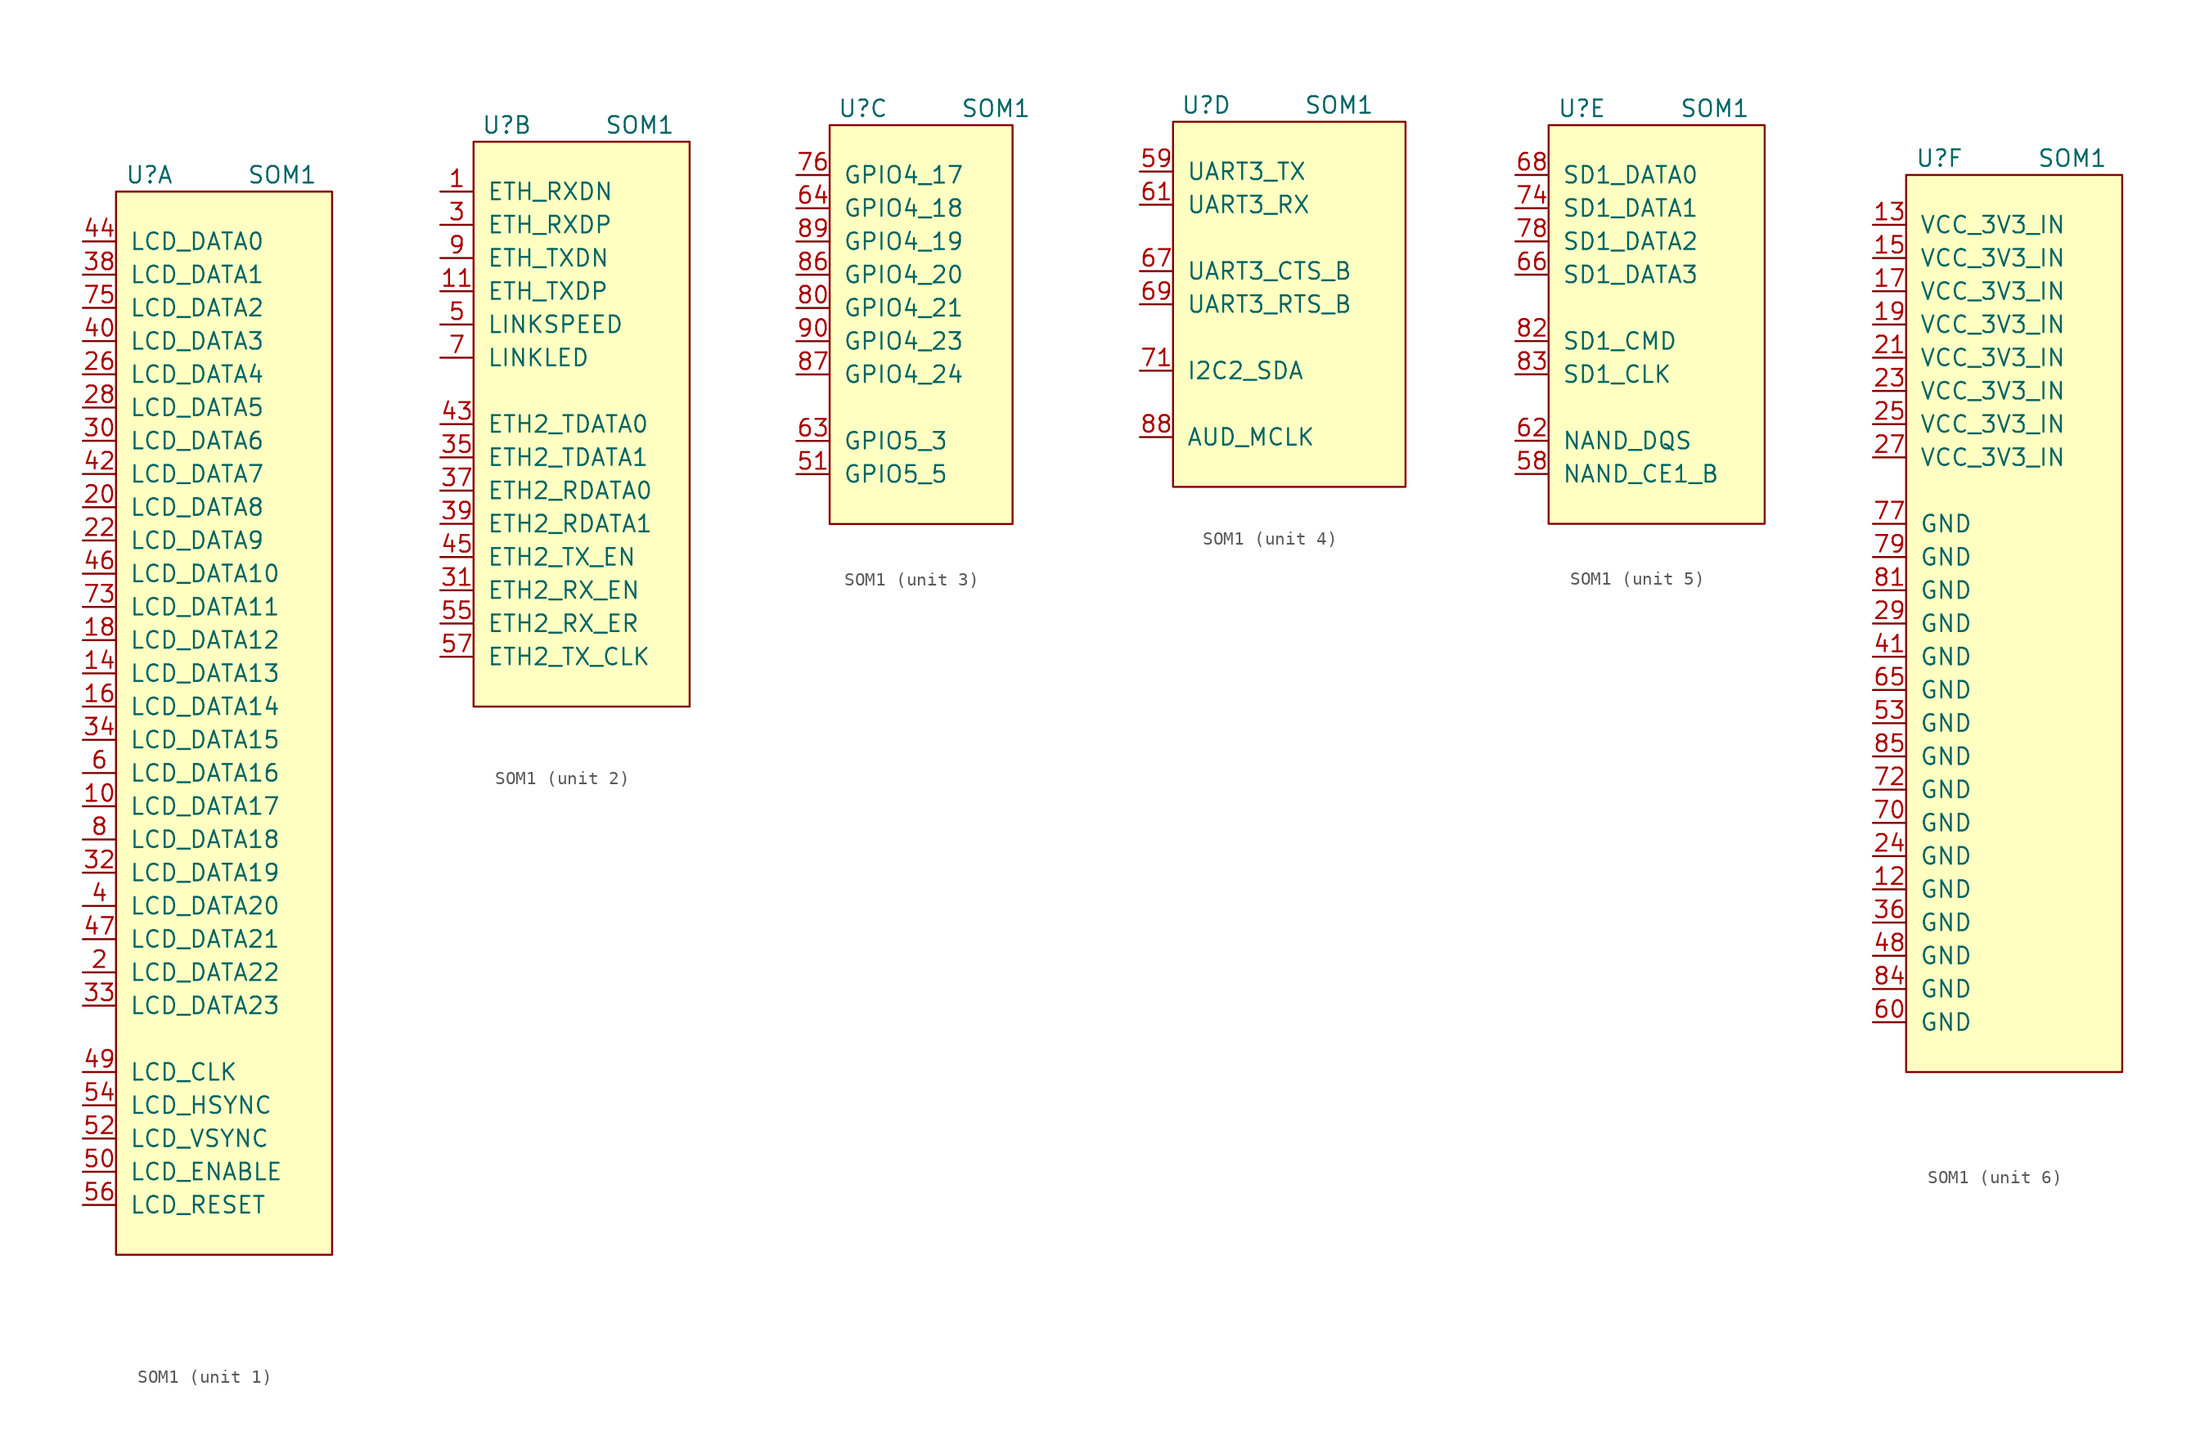
<source format=kicad_sym>
(kicad_symbol_lib
  (version 20211014)
  (generator kicad_symbol_editor)
  (symbol "SOM1"
    (pin_names
      (offset 1.016))
    (property "Reference" "U"
      (at 2.54 1.27 0)
      (effects (font (size 1.27 1.27))))
    (property "Value" "SOM1"
      (at 12.7 1.27 0)
      (effects (font (size 1.27 1.27))))
    (property "ki_locked" ""
      (at 0 0 0)
      (effects (font (size 1.27 1.27))))
    (symbol "SOM1_1_0"
      (rectangle (start 0 0) (end 16.51 -81.28) (stroke (width 0) (type default) (color 0 0 0 0)) (fill (type background))))
    (symbol "SOM1_1_1"
      (pin input line (at -2.54 -46.99 0) (length 2.54) (name "LCD_DATA17" (effects (font (size 1.27 1.27)))) (number "10" (effects (font (size 1.27 1.27)))))
      (pin input line (at -2.54 -36.83 0) (length 2.54) (name "LCD_DATA13" (effects (font (size 1.27 1.27)))) (number "14" (effects (font (size 1.27 1.27)))))
      (pin input line (at -2.54 -39.37 0) (length 2.54) (name "LCD_DATA14" (effects (font (size 1.27 1.27)))) (number "16" (effects (font (size 1.27 1.27)))))
      (pin input line (at -2.54 -34.29 0) (length 2.54) (name "LCD_DATA12" (effects (font (size 1.27 1.27)))) (number "18" (effects (font (size 1.27 1.27)))))
      (pin input line (at -2.54 -59.69 0) (length 2.54) (name "LCD_DATA22" (effects (font (size 1.27 1.27)))) (number "2" (effects (font (size 1.27 1.27)))))
      (pin input line (at -2.54 -24.13 0) (length 2.54) (name "LCD_DATA8" (effects (font (size 1.27 1.27)))) (number "20" (effects (font (size 1.27 1.27)))))
      (pin input line (at -2.54 -26.67 0) (length 2.54) (name "LCD_DATA9" (effects (font (size 1.27 1.27)))) (number "22" (effects (font (size 1.27 1.27)))))
      (pin input line (at -2.54 -13.97 0) (length 2.54) (name "LCD_DATA4" (effects (font (size 1.27 1.27)))) (number "26" (effects (font (size 1.27 1.27)))))
      (pin input line (at -2.54 -16.51 0) (length 2.54) (name "LCD_DATA5" (effects (font (size 1.27 1.27)))) (number "28" (effects (font (size 1.27 1.27)))))
      (pin input line (at -2.54 -19.05 0) (length 2.54) (name "LCD_DATA6" (effects (font (size 1.27 1.27)))) (number "30" (effects (font (size 1.27 1.27)))))
      (pin input line (at -2.54 -52.07 0) (length 2.54) (name "LCD_DATA19" (effects (font (size 1.27 1.27)))) (number "32" (effects (font (size 1.27 1.27)))))
      (pin input line (at -2.54 -62.23 0) (length 2.54) (name "LCD_DATA23" (effects (font (size 1.27 1.27)))) (number "33" (effects (font (size 1.27 1.27)))))
      (pin input line (at -2.54 -41.91 0) (length 2.54) (name "LCD_DATA15" (effects (font (size 1.27 1.27)))) (number "34" (effects (font (size 1.27 1.27)))))
      (pin input line (at -2.54 -6.35 0) (length 2.54) (name "LCD_DATA1" (effects (font (size 1.27 1.27)))) (number "38" (effects (font (size 1.27 1.27)))))
      (pin input line (at -2.54 -54.61 0) (length 2.54) (name "LCD_DATA20" (effects (font (size 1.27 1.27)))) (number "4" (effects (font (size 1.27 1.27)))))
      (pin input line (at -2.54 -11.43 0) (length 2.54) (name "LCD_DATA3" (effects (font (size 1.27 1.27)))) (number "40" (effects (font (size 1.27 1.27)))))
      (pin input line (at -2.54 -21.59 0) (length 2.54) (name "LCD_DATA7" (effects (font (size 1.27 1.27)))) (number "42" (effects (font (size 1.27 1.27)))))
      (pin input line (at -2.54 -3.81 0) (length 2.54) (name "LCD_DATA0" (effects (font (size 1.27 1.27)))) (number "44" (effects (font (size 1.27 1.27)))))
      (pin input line (at -2.54 -29.21 0) (length 2.54) (name "LCD_DATA10" (effects (font (size 1.27 1.27)))) (number "46" (effects (font (size 1.27 1.27)))))
      (pin input line (at -2.54 -57.15 0) (length 2.54) (name "LCD_DATA21" (effects (font (size 1.27 1.27)))) (number "47" (effects (font (size 1.27 1.27)))))
      (pin input line (at -2.54 -67.31 0) (length 2.54) (name "LCD_CLK" (effects (font (size 1.27 1.27)))) (number "49" (effects (font (size 1.27 1.27)))))
      (pin input line (at -2.54 -74.93 0) (length 2.54) (name "LCD_ENABLE" (effects (font (size 1.27 1.27)))) (number "50" (effects (font (size 1.27 1.27)))))
      (pin input line (at -2.54 -72.39 0) (length 2.54) (name "LCD_VSYNC" (effects (font (size 1.27 1.27)))) (number "52" (effects (font (size 1.27 1.27)))))
      (pin input line (at -2.54 -69.85 0) (length 2.54) (name "LCD_HSYNC" (effects (font (size 1.27 1.27)))) (number "54" (effects (font (size 1.27 1.27)))))
      (pin input line (at -2.54 -77.47 0) (length 2.54) (name "LCD_RESET" (effects (font (size 1.27 1.27)))) (number "56" (effects (font (size 1.27 1.27)))))
      (pin input line (at -2.54 -44.45 0) (length 2.54) (name "LCD_DATA16" (effects (font (size 1.27 1.27)))) (number "6" (effects (font (size 1.27 1.27)))))
      (pin input line (at -2.54 -31.75 0) (length 2.54) (name "LCD_DATA11" (effects (font (size 1.27 1.27)))) (number "73" (effects (font (size 1.27 1.27)))))
      (pin input line (at -2.54 -8.89 0) (length 2.54) (name "LCD_DATA2" (effects (font (size 1.27 1.27)))) (number "75" (effects (font (size 1.27 1.27)))))
      (pin input line (at -2.54 -49.53 0) (length 2.54) (name "LCD_DATA18" (effects (font (size 1.27 1.27)))) (number "8" (effects (font (size 1.27 1.27))))))
    (symbol "SOM1_2_0"
      (rectangle (start 0 0) (end 16.51 -43.18) (stroke (width 0) (type default) (color 0 0 0 0)) (fill (type background))))
    (symbol "SOM1_2_1"
      (pin input line (at -2.54 -3.81 0) (length 2.54) (name "ETH_RXDN" (effects (font (size 1.27 1.27)))) (number "1" (effects (font (size 1.27 1.27)))))
      (pin input line (at -2.54 -11.43 0) (length 2.54) (name "ETH_TXDP" (effects (font (size 1.27 1.27)))) (number "11" (effects (font (size 1.27 1.27)))))
      (pin input line (at -2.54 -6.35 0) (length 2.54) (name "ETH_RXDP" (effects (font (size 1.27 1.27)))) (number "3" (effects (font (size 1.27 1.27)))))
      (pin input line (at -2.54 -34.29 0) (length 2.54) (name "ETH2_RX_EN" (effects (font (size 1.27 1.27)))) (number "31" (effects (font (size 1.27 1.27)))))
      (pin input line (at -2.54 -24.13 0) (length 2.54) (name "ETH2_TDATA1" (effects (font (size 1.27 1.27)))) (number "35" (effects (font (size 1.27 1.27)))))
      (pin input line (at -2.54 -26.67 0) (length 2.54) (name "ETH2_RDATA0" (effects (font (size 1.27 1.27)))) (number "37" (effects (font (size 1.27 1.27)))))
      (pin input line (at -2.54 -29.21 0) (length 2.54) (name "ETH2_RDATA1" (effects (font (size 1.27 1.27)))) (number "39" (effects (font (size 1.27 1.27)))))
      (pin input line (at -2.54 -21.59 0) (length 2.54) (name "ETH2_TDATA0" (effects (font (size 1.27 1.27)))) (number "43" (effects (font (size 1.27 1.27)))))
      (pin input line (at -2.54 -31.75 0) (length 2.54) (name "ETH2_TX_EN" (effects (font (size 1.27 1.27)))) (number "45" (effects (font (size 1.27 1.27)))))
      (pin input line (at -2.54 -13.97 0) (length 2.54) (name "LINKSPEED" (effects (font (size 1.27 1.27)))) (number "5" (effects (font (size 1.27 1.27)))))
      (pin input line (at -2.54 -36.83 0) (length 2.54) (name "ETH2_RX_ER" (effects (font (size 1.27 1.27)))) (number "55" (effects (font (size 1.27 1.27)))))
      (pin input line (at -2.54 -39.37 0) (length 2.54) (name "ETH2_TX_CLK" (effects (font (size 1.27 1.27)))) (number "57" (effects (font (size 1.27 1.27)))))
      (pin input line (at -2.54 -16.51 0) (length 2.54) (name "LINKLED" (effects (font (size 1.27 1.27)))) (number "7" (effects (font (size 1.27 1.27)))))
      (pin input line (at -2.54 -8.89 0) (length 2.54) (name "ETH_TXDN" (effects (font (size 1.27 1.27)))) (number "9" (effects (font (size 1.27 1.27))))))
    (symbol "SOM1_3_0"
      (rectangle (start 0 0) (end 13.97 -30.48) (stroke (width 0) (type default) (color 0 0 0 0)) (fill (type background))))
    (symbol "SOM1_3_1"
      (pin input line (at -2.54 -26.67 0) (length 2.54) (name "GPIO5_5" (effects (font (size 1.27 1.27)))) (number "51" (effects (font (size 1.27 1.27)))))
      (pin input line (at -2.54 -24.13 0) (length 2.54) (name "GPIO5_3" (effects (font (size 1.27 1.27)))) (number "63" (effects (font (size 1.27 1.27)))))
      (pin input line (at -2.54 -6.35 0) (length 2.54) (name "GPIO4_18" (effects (font (size 1.27 1.27)))) (number "64" (effects (font (size 1.27 1.27)))))
      (pin input line (at -2.54 -3.81 0) (length 2.54) (name "GPIO4_17" (effects (font (size 1.27 1.27)))) (number "76" (effects (font (size 1.27 1.27)))))
      (pin input line (at -2.54 -13.97 0) (length 2.54) (name "GPIO4_21" (effects (font (size 1.27 1.27)))) (number "80" (effects (font (size 1.27 1.27)))))
      (pin input line (at -2.54 -11.43 0) (length 2.54) (name "GPIO4_20" (effects (font (size 1.27 1.27)))) (number "86" (effects (font (size 1.27 1.27)))))
      (pin input line (at -2.54 -19.05 0) (length 2.54) (name "GPIO4_24" (effects (font (size 1.27 1.27)))) (number "87" (effects (font (size 1.27 1.27)))))
      (pin input line (at -2.54 -8.89 0) (length 2.54) (name "GPIO4_19" (effects (font (size 1.27 1.27)))) (number "89" (effects (font (size 1.27 1.27)))))
      (pin input line (at -2.54 -16.51 0) (length 2.54) (name "GPIO4_23" (effects (font (size 1.27 1.27)))) (number "90" (effects (font (size 1.27 1.27))))))
    (symbol "SOM1_4_0"
      (rectangle (start 0 0) (end 17.78 -27.94) (stroke (width 0) (type default) (color 0 0 0 0)) (fill (type background))))
    (symbol "SOM1_4_1"
      (pin input line (at -2.54 -3.81 0) (length 2.54) (name "UART3_TX" (effects (font (size 1.27 1.27)))) (number "59" (effects (font (size 1.27 1.27)))))
      (pin input line (at -2.54 -6.35 0) (length 2.54) (name "UART3_RX" (effects (font (size 1.27 1.27)))) (number "61" (effects (font (size 1.27 1.27)))))
      (pin input line (at -2.54 -11.43 0) (length 2.54) (name "UART3_CTS_B" (effects (font (size 1.27 1.27)))) (number "67" (effects (font (size 1.27 1.27)))))
      (pin input line (at -2.54 -13.97 0) (length 2.54) (name "UART3_RTS_B" (effects (font (size 1.27 1.27)))) (number "69" (effects (font (size 1.27 1.27)))))
      (pin input line (at -2.54 -19.05 0) (length 2.54) (name "I2C2_SDA" (effects (font (size 1.27 1.27)))) (number "71" (effects (font (size 1.27 1.27)))))
      (pin input line (at -2.54 -24.13 0) (length 2.54) (name "AUD_MCLK" (effects (font (size 1.27 1.27)))) (number "88" (effects (font (size 1.27 1.27))))))
    (symbol "SOM1_5_0"
      (rectangle (start 0 0) (end 16.51 -30.48) (stroke (width 0) (type default) (color 0 0 0 0)) (fill (type background))))
    (symbol "SOM1_5_1"
      (pin input line (at -2.54 -26.67 0) (length 2.54) (name "NAND_CE1_B" (effects (font (size 1.27 1.27)))) (number "58" (effects (font (size 1.27 1.27)))))
      (pin input line (at -2.54 -24.13 0) (length 2.54) (name "NAND_DQS" (effects (font (size 1.27 1.27)))) (number "62" (effects (font (size 1.27 1.27)))))
      (pin input line (at -2.54 -11.43 0) (length 2.54) (name "SD1_DATA3" (effects (font (size 1.27 1.27)))) (number "66" (effects (font (size 1.27 1.27)))))
      (pin input line (at -2.54 -3.81 0) (length 2.54) (name "SD1_DATA0" (effects (font (size 1.27 1.27)))) (number "68" (effects (font (size 1.27 1.27)))))
      (pin input line (at -2.54 -6.35 0) (length 2.54) (name "SD1_DATA1" (effects (font (size 1.27 1.27)))) (number "74" (effects (font (size 1.27 1.27)))))
      (pin input line (at -2.54 -8.89 0) (length 2.54) (name "SD1_DATA2" (effects (font (size 1.27 1.27)))) (number "78" (effects (font (size 1.27 1.27)))))
      (pin input line (at -2.54 -16.51 0) (length 2.54) (name "SD1_CMD" (effects (font (size 1.27 1.27)))) (number "82" (effects (font (size 1.27 1.27)))))
      (pin input line (at -2.54 -19.05 0) (length 2.54) (name "SD1_CLK" (effects (font (size 1.27 1.27)))) (number "83" (effects (font (size 1.27 1.27))))))
    (symbol "SOM1_6_0"
      (rectangle (start 0 0) (end 16.51 -68.58) (stroke (width 0) (type default) (color 0 0 0 0)) (fill (type background))))
    (symbol "SOM1_6_1"
      (pin power_in line (at -2.54 -54.61 0) (length 2.54) (name "GND" (effects (font (size 1.27 1.27)))) (number "12" (effects (font (size 1.27 1.27)))))
      (pin power_in line (at -2.54 -3.81 0) (length 2.54) (name "VCC_3V3_IN" (effects (font (size 1.27 1.27)))) (number "13" (effects (font (size 1.27 1.27)))))
      (pin power_in line (at -2.54 -6.35 0) (length 2.54) (name "VCC_3V3_IN" (effects (font (size 1.27 1.27)))) (number "15" (effects (font (size 1.27 1.27)))))
      (pin power_in line (at -2.54 -8.89 0) (length 2.54) (name "VCC_3V3_IN" (effects (font (size 1.27 1.27)))) (number "17" (effects (font (size 1.27 1.27)))))
      (pin power_in line (at -2.54 -11.43 0) (length 2.54) (name "VCC_3V3_IN" (effects (font (size 1.27 1.27)))) (number "19" (effects (font (size 1.27 1.27)))))
      (pin power_in line (at -2.54 -13.97 0) (length 2.54) (name "VCC_3V3_IN" (effects (font (size 1.27 1.27)))) (number "21" (effects (font (size 1.27 1.27)))))
      (pin power_in line (at -2.54 -16.51 0) (length 2.54) (name "VCC_3V3_IN" (effects (font (size 1.27 1.27)))) (number "23" (effects (font (size 1.27 1.27)))))
      (pin power_in line (at -2.54 -52.07 0) (length 2.54) (name "GND" (effects (font (size 1.27 1.27)))) (number "24" (effects (font (size 1.27 1.27)))))
      (pin power_in line (at -2.54 -19.05 0) (length 2.54) (name "VCC_3V3_IN" (effects (font (size 1.27 1.27)))) (number "25" (effects (font (size 1.27 1.27)))))
      (pin power_in line (at -2.54 -21.59 0) (length 2.54) (name "VCC_3V3_IN" (effects (font (size 1.27 1.27)))) (number "27" (effects (font (size 1.27 1.27)))))
      (pin power_in line (at -2.54 -34.29 0) (length 2.54) (name "GND" (effects (font (size 1.27 1.27)))) (number "29" (effects (font (size 1.27 1.27)))))
      (pin power_in line (at -2.54 -57.15 0) (length 2.54) (name "GND" (effects (font (size 1.27 1.27)))) (number "36" (effects (font (size 1.27 1.27)))))
      (pin power_in line (at -2.54 -36.83 0) (length 2.54) (name "GND" (effects (font (size 1.27 1.27)))) (number "41" (effects (font (size 1.27 1.27)))))
      (pin power_in line (at -2.54 -59.69 0) (length 2.54) (name "GND" (effects (font (size 1.27 1.27)))) (number "48" (effects (font (size 1.27 1.27)))))
      (pin power_in line (at -2.54 -41.91 0) (length 2.54) (name "GND" (effects (font (size 1.27 1.27)))) (number "53" (effects (font (size 1.27 1.27)))))
      (pin power_in line (at -2.54 -64.77 0) (length 2.54) (name "GND" (effects (font (size 1.27 1.27)))) (number "60" (effects (font (size 1.27 1.27)))))
      (pin power_in line (at -2.54 -39.37 0) (length 2.54) (name "GND" (effects (font (size 1.27 1.27)))) (number "65" (effects (font (size 1.27 1.27)))))
      (pin power_in line (at -2.54 -49.53 0) (length 2.54) (name "GND" (effects (font (size 1.27 1.27)))) (number "70" (effects (font (size 1.27 1.27)))))
      (pin power_in line (at -2.54 -46.99 0) (length 2.54) (name "GND" (effects (font (size 1.27 1.27)))) (number "72" (effects (font (size 1.27 1.27)))))
      (pin power_in line (at -2.54 -26.67 0) (length 2.54) (name "GND" (effects (font (size 1.27 1.27)))) (number "77" (effects (font (size 1.27 1.27)))))
      (pin power_in line (at -2.54 -29.21 0) (length 2.54) (name "GND" (effects (font (size 1.27 1.27)))) (number "79" (effects (font (size 1.27 1.27)))))
      (pin power_in line (at -2.54 -31.75 0) (length 2.54) (name "GND" (effects (font (size 1.27 1.27)))) (number "81" (effects (font (size 1.27 1.27)))))
      (pin power_in line (at -2.54 -62.23 0) (length 2.54) (name "GND" (effects (font (size 1.27 1.27)))) (number "84" (effects (font (size 1.27 1.27)))))
      (pin power_in line (at -2.54 -44.45 0) (length 2.54) (name "GND" (effects (font (size 1.27 1.27)))) (number "85" (effects (font (size 1.27 1.27))))))))
</source>
